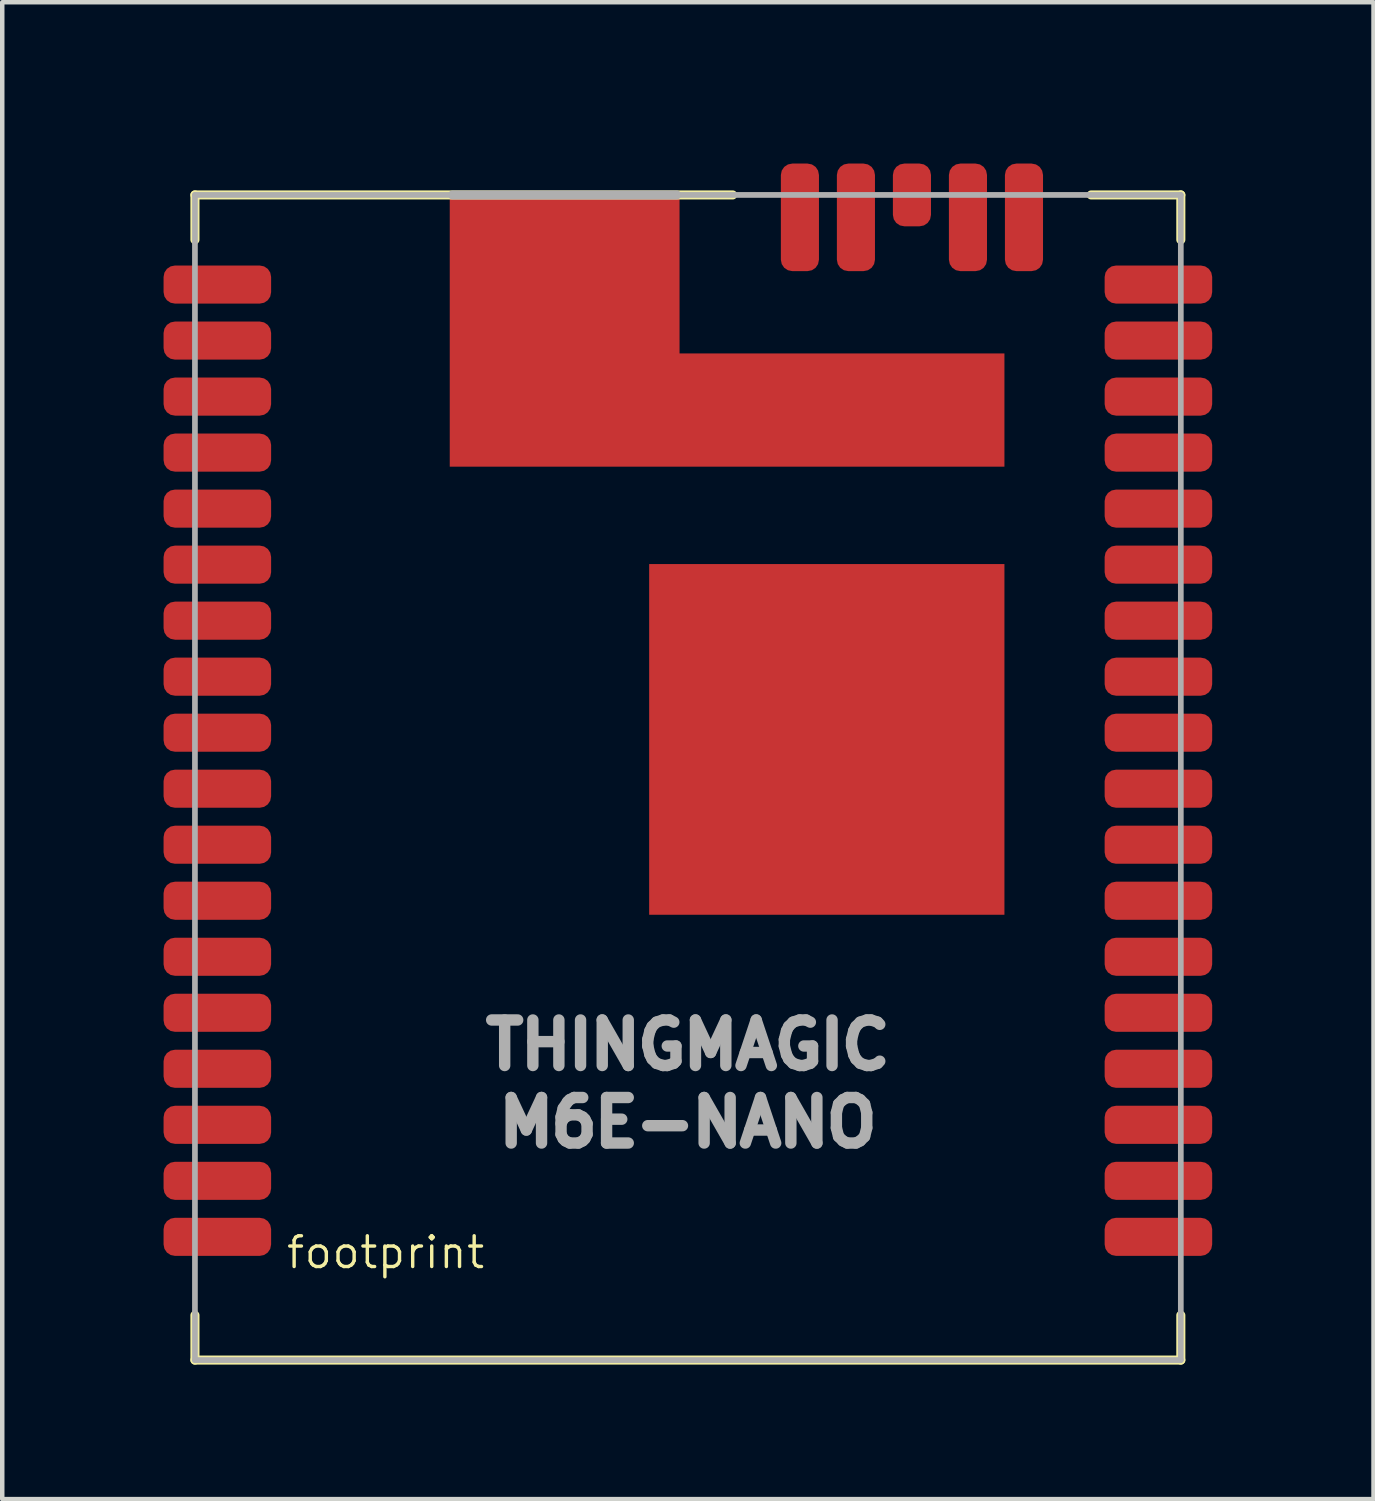
<source format=kicad_pcb>
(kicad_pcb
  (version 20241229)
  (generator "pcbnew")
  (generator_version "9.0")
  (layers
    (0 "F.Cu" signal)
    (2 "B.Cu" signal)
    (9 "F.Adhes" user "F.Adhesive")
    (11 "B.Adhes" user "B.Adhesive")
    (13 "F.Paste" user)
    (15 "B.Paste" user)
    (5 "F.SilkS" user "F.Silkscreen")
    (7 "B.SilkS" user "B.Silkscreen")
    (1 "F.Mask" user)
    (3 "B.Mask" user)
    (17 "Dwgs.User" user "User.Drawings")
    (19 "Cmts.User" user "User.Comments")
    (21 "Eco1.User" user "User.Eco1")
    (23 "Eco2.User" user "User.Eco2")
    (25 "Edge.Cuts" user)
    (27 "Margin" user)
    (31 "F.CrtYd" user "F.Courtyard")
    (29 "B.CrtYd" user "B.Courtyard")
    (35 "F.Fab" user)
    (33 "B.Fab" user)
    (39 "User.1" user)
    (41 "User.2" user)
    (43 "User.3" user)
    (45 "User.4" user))
  (footprint "footprint"
    (layer "F.Cu")
    (at 12.3 14.3)
    (property "Reference" "footprint" (at -9 11 0) (layer "F.SilkS") (effects (font (size 0.686 0.686) (thickness 0.076)) (justify left bottom)))
    (fp_poly (pts (xy 7.064 3.063) (xy -0.864 3.063) (xy -0.864 -4.763) (xy 7.064 -4.763)) (stroke (width 0) (type solid)) (fill yes) (layer "F.Cu"))
    (fp_poly (pts (xy -0.186 -9.463) (xy 7.064 -9.463) (xy 7.064 -6.936) (xy -5.314 -6.936) (xy -5.314 -13.063) (xy -0.186 -13.063)) (stroke (width 0) (type solid)) (fill yes) (layer "F.Cu"))
    (fp_poly (pts (xy -1 3.2) (xy 7.2 3.2) (xy 7.2 -4.9) (xy -1 -4.9)) (stroke (width 0) (type solid)) (fill yes) (layer "F.Mask"))
    (fp_poly (pts (xy -0.036 -9.664) (xy 7.163 -9.664) (xy 7.163 -6.837) (xy -5.463 -6.837) (xy -5.463 -13.264) (xy -0.036 -13.264)) (stroke (width 0) (type solid)) (fill yes) (layer "F.Mask"))
    (fp_line (start -11 -13) (end 1 -13) (stroke (width 0.203) (type solid)) (layer "F.SilkS"))
    (fp_line (start -11 -12) (end -11 -13) (stroke (width 0.203) (type solid)) (layer "F.SilkS"))
    (fp_line (start -11 13) (end -11 12) (stroke (width 0.203) (type solid)) (layer "F.SilkS"))
    (fp_line (start 9 -13) (end 11 -13) (stroke (width 0.203) (type solid)) (layer "F.SilkS"))
    (fp_line (start 11 -13) (end 11 -12) (stroke (width 0.203) (type solid)) (layer "F.SilkS"))
    (fp_line (start 11 12) (end 11 13) (stroke (width 0.203) (type solid)) (layer "F.SilkS"))
    (fp_line (start 11 13) (end -11 13) (stroke (width 0.203) (type solid)) (layer "F.SilkS"))
    (fp_poly (pts (xy -12.3 -10.575) (xy -11.375 -10.575) (xy -11.375 -11.425) (xy -12.3 -11.425)) (stroke (width 0) (type solid)) (fill yes) (layer "F.Paste"))
    (fp_poly (pts (xy -12.3 -9.325) (xy -11.375 -9.325) (xy -11.375 -10.175) (xy -12.3 -10.175)) (stroke (width 0) (type solid)) (fill yes) (layer "F.Paste"))
    (fp_poly (pts (xy -12.3 -8.075) (xy -11.375 -8.075) (xy -11.375 -8.925) (xy -12.3 -8.925)) (stroke (width 0) (type solid)) (fill yes) (layer "F.Paste"))
    (fp_poly (pts (xy -12.3 -6.825) (xy -11.375 -6.825) (xy -11.375 -7.675) (xy -12.3 -7.675)) (stroke (width 0) (type solid)) (fill yes) (layer "F.Paste"))
    (fp_poly (pts (xy -12.3 -5.575) (xy -11.375 -5.575) (xy -11.375 -6.425) (xy -12.3 -6.425)) (stroke (width 0) (type solid)) (fill yes) (layer "F.Paste"))
    (fp_poly (pts (xy -12.3 -4.325) (xy -11.375 -4.325) (xy -11.375 -5.175) (xy -12.3 -5.175)) (stroke (width 0) (type solid)) (fill yes) (layer "F.Paste"))
    (fp_poly (pts (xy -12.3 -3.075) (xy -11.375 -3.075) (xy -11.375 -3.925) (xy -12.3 -3.925)) (stroke (width 0) (type solid)) (fill yes) (layer "F.Paste"))
    (fp_poly (pts (xy -12.3 -1.825) (xy -11.375 -1.825) (xy -11.375 -2.675) (xy -12.3 -2.675)) (stroke (width 0) (type solid)) (fill yes) (layer "F.Paste"))
    (fp_poly (pts (xy -12.3 -0.575) (xy -11.375 -0.575) (xy -11.375 -1.425) (xy -12.3 -1.425)) (stroke (width 0) (type solid)) (fill yes) (layer "F.Paste"))
    (fp_poly (pts (xy -12.3 0.675) (xy -11.375 0.675) (xy -11.375 -0.175) (xy -12.3 -0.175)) (stroke (width 0) (type solid)) (fill yes) (layer "F.Paste"))
    (fp_poly (pts (xy -12.3 1.925) (xy -11.375 1.925) (xy -11.375 1.075) (xy -12.3 1.075)) (stroke (width 0) (type solid)) (fill yes) (layer "F.Paste"))
    (fp_poly (pts (xy -12.3 3.175) (xy -11.375 3.175) (xy -11.375 2.325) (xy -12.3 2.325)) (stroke (width 0) (type solid)) (fill yes) (layer "F.Paste"))
    (fp_poly (pts (xy -12.3 4.425) (xy -11.375 4.425) (xy -11.375 3.575) (xy -12.3 3.575)) (stroke (width 0) (type solid)) (fill yes) (layer "F.Paste"))
    (fp_poly (pts (xy -12.3 5.675) (xy -11.375 5.675) (xy -11.375 4.825) (xy -12.3 4.825)) (stroke (width 0) (type solid)) (fill yes) (layer "F.Paste"))
    (fp_poly (pts (xy -12.3 6.925) (xy -11.375 6.925) (xy -11.375 6.075) (xy -12.3 6.075)) (stroke (width 0) (type solid)) (fill yes) (layer "F.Paste"))
    (fp_poly (pts (xy -12.3 8.175) (xy -11.375 8.175) (xy -11.375 7.325) (xy -12.3 7.325)) (stroke (width 0) (type solid)) (fill yes) (layer "F.Paste"))
    (fp_poly (pts (xy -12.3 9.425) (xy -11.375 9.425) (xy -11.375 8.575) (xy -12.3 8.575)) (stroke (width 0) (type solid)) (fill yes) (layer "F.Paste"))
    (fp_poly (pts (xy -12.3 10.675) (xy -11.375 10.675) (xy -11.375 9.825) (xy -12.3 9.825)) (stroke (width 0) (type solid)) (fill yes) (layer "F.Paste"))
    (fp_poly (pts (xy -4 -11) (xy -1 -11) (xy -1 -12) (xy -4 -12)) (stroke (width 0) (type solid)) (fill yes) (layer "F.Paste"))
    (fp_poly (pts (xy -4 -8) (xy -1 -8) (xy -1 -9) (xy -4 -9)) (stroke (width 0) (type solid)) (fill yes) (layer "F.Paste"))
    (fp_poly (pts (xy 0 -3) (xy 1 -3) (xy 1 -4) (xy 0 -4)) (stroke (width 0) (type solid)) (fill yes) (layer "F.Paste"))
    (fp_poly (pts (xy 0 2) (xy 1 2) (xy 1 1) (xy 0 1)) (stroke (width 0) (type solid)) (fill yes) (layer "F.Paste"))
    (fp_poly (pts (xy 1 -7.8) (xy 6 -7.8) (xy 6 -8.8) (xy 1 -8.8)) (stroke (width 0) (type solid)) (fill yes) (layer "F.Paste"))
    (fp_poly (pts (xy 2 0) (xy 4 0) (xy 4 -2) (xy 2 -2)) (stroke (width 0) (type solid)) (fill yes) (layer "F.Paste"))
    (fp_poly (pts (xy 2.925 -13.375) (xy 2.925 -14.3) (xy 2.075 -14.3) (xy 2.075 -13.375)) (stroke (width 0) (type solid)) (fill yes) (layer "F.Paste"))
    (fp_poly (pts (xy 4.175 -13.375) (xy 4.175 -14.3) (xy 3.325 -14.3) (xy 3.325 -13.375)) (stroke (width 0) (type solid)) (fill yes) (layer "F.Paste"))
    (fp_poly (pts (xy 5 -3) (xy 6 -3) (xy 6 -4) (xy 5 -4)) (stroke (width 0) (type solid)) (fill yes) (layer "F.Paste"))
    (fp_poly (pts (xy 5 2) (xy 6 2) (xy 6 1) (xy 5 1)) (stroke (width 0) (type solid)) (fill yes) (layer "F.Paste"))
    (fp_poly (pts (xy 5.425 -13.375) (xy 5.425 -14.3) (xy 4.575 -14.3) (xy 4.575 -13.375)) (stroke (width 0) (type solid)) (fill yes) (layer "F.Paste"))
    (fp_poly (pts (xy 6.675 -13.375) (xy 6.675 -14.3) (xy 5.825 -14.3) (xy 5.825 -13.375)) (stroke (width 0) (type solid)) (fill yes) (layer "F.Paste"))
    (fp_poly (pts (xy 7.925 -13.375) (xy 7.925 -14.3) (xy 7.075 -14.3) (xy 7.075 -13.375)) (stroke (width 0) (type solid)) (fill yes) (layer "F.Paste"))
    (fp_poly (pts (xy 12.3 -11.425) (xy 11.375 -11.425) (xy 11.375 -10.575) (xy 12.3 -10.575)) (stroke (width 0) (type solid)) (fill yes) (layer "F.Paste"))
    (fp_poly (pts (xy 12.3 -10.175) (xy 11.375 -10.175) (xy 11.375 -9.325) (xy 12.3 -9.325)) (stroke (width 0) (type solid)) (fill yes) (layer "F.Paste"))
    (fp_poly (pts (xy 12.3 -8.925) (xy 11.375 -8.925) (xy 11.375 -8.075) (xy 12.3 -8.075)) (stroke (width 0) (type solid)) (fill yes) (layer "F.Paste"))
    (fp_poly (pts (xy 12.3 -7.675) (xy 11.375 -7.675) (xy 11.375 -6.825) (xy 12.3 -6.825)) (stroke (width 0) (type solid)) (fill yes) (layer "F.Paste"))
    (fp_poly (pts (xy 12.3 -6.425) (xy 11.375 -6.425) (xy 11.375 -5.575) (xy 12.3 -5.575)) (stroke (width 0) (type solid)) (fill yes) (layer "F.Paste"))
    (fp_poly (pts (xy 12.3 -5.175) (xy 11.375 -5.175) (xy 11.375 -4.325) (xy 12.3 -4.325)) (stroke (width 0) (type solid)) (fill yes) (layer "F.Paste"))
    (fp_poly (pts (xy 12.3 -3.925) (xy 11.375 -3.925) (xy 11.375 -3.075) (xy 12.3 -3.075)) (stroke (width 0) (type solid)) (fill yes) (layer "F.Paste"))
    (fp_poly (pts (xy 12.3 -2.675) (xy 11.375 -2.675) (xy 11.375 -1.825) (xy 12.3 -1.825)) (stroke (width 0) (type solid)) (fill yes) (layer "F.Paste"))
    (fp_poly (pts (xy 12.3 -1.425) (xy 11.375 -1.425) (xy 11.375 -0.575) (xy 12.3 -0.575)) (stroke (width 0) (type solid)) (fill yes) (layer "F.Paste"))
    (fp_poly (pts (xy 12.3 -0.175) (xy 11.375 -0.175) (xy 11.375 0.675) (xy 12.3 0.675)) (stroke (width 0) (type solid)) (fill yes) (layer "F.Paste"))
    (fp_poly (pts (xy 12.3 1.075) (xy 11.375 1.075) (xy 11.375 1.925) (xy 12.3 1.925)) (stroke (width 0) (type solid)) (fill yes) (layer "F.Paste"))
    (fp_poly (pts (xy 12.3 2.325) (xy 11.375 2.325) (xy 11.375 3.175) (xy 12.3 3.175)) (stroke (width 0) (type solid)) (fill yes) (layer "F.Paste"))
    (fp_poly (pts (xy 12.3 3.575) (xy 11.375 3.575) (xy 11.375 4.425) (xy 12.3 4.425)) (stroke (width 0) (type solid)) (fill yes) (layer "F.Paste"))
    (fp_poly (pts (xy 12.3 4.825) (xy 11.375 4.825) (xy 11.375 5.675) (xy 12.3 5.675)) (stroke (width 0) (type solid)) (fill yes) (layer "F.Paste"))
    (fp_poly (pts (xy 12.3 6.075) (xy 11.375 6.075) (xy 11.375 6.925) (xy 12.3 6.925)) (stroke (width 0) (type solid)) (fill yes) (layer "F.Paste"))
    (fp_poly (pts (xy 12.3 7.325) (xy 11.375 7.325) (xy 11.375 8.175) (xy 12.3 8.175)) (stroke (width 0) (type solid)) (fill yes) (layer "F.Paste"))
    (fp_poly (pts (xy 12.3 8.575) (xy 11.375 8.575) (xy 11.375 9.425) (xy 12.3 9.425)) (stroke (width 0) (type solid)) (fill yes) (layer "F.Paste"))
    (fp_poly (pts (xy 12.3 9.825) (xy 11.375 9.825) (xy 11.375 10.675) (xy 12.3 10.675)) (stroke (width 0) (type solid)) (fill yes) (layer "F.Paste"))
    (fp_line (start -11 -13) (end -5.25 -13) (stroke (width 0.127) (type solid)) (layer "F.Fab"))
    (fp_line (start -11 13) (end -11 -13) (stroke (width 0.127) (type solid)) (layer "F.Fab"))
    (fp_line (start -5.25 -13) (end -0.25 -13) (stroke (width 0.203) (type solid)) (layer "F.Fab"))
    (fp_line (start -0.25 -13) (end 11 -13) (stroke (width 0.127) (type solid)) (layer "F.Fab"))
    (fp_line (start 11 -13) (end 11 13) (stroke (width 0.127) (type solid)) (layer "F.Fab"))
    (fp_line (start 11 13) (end -11 13) (stroke (width 0.127) (type solid)) (layer "F.Fab"))
    (fp_text user "THINGMAGIC" (at 0 5.97 0) (layer "F.Fab") (effects (font (size 1.016 1.016) (thickness 0.254))))
    (fp_text user "M6E-NANO" (at 0 7.7 0) (layer "F.Fab") (effects (font (size 1.016 1.016) (thickness 0.254))))
    (pad "1" smd roundrect (at -10.5 -11) (size 2.4 0.85) (layers "F.Cu" "F.Mask" "F.Paste") (roundrect_rratio 0.3))
    (pad "2" smd roundrect (at -10.5 -9.75) (size 2.4 0.85) (layers "F.Cu" "F.Mask" "F.Paste") (roundrect_rratio 0.3))
    (pad "3" smd roundrect (at -10.5 -8.5) (size 2.4 0.85) (layers "F.Cu" "F.Mask" "F.Paste") (roundrect_rratio 0.3))
    (pad "4" smd roundrect (at -10.5 -7.25) (size 2.4 0.85) (layers "F.Cu" "F.Mask" "F.Paste") (roundrect_rratio 0.3))
    (pad "5" smd roundrect (at -10.5 -6) (size 2.4 0.85) (layers "F.Cu" "F.Mask" "F.Paste") (roundrect_rratio 0.3))
    (pad "6" smd roundrect (at -10.5 -4.75) (size 2.4 0.85) (layers "F.Cu" "F.Mask" "F.Paste") (roundrect_rratio 0.3))
    (pad "7" smd roundrect (at -10.5 -3.5) (size 2.4 0.85) (layers "F.Cu" "F.Mask" "F.Paste") (roundrect_rratio 0.3))
    (pad "8" smd roundrect (at -10.5 -2.25) (size 2.4 0.85) (layers "F.Cu" "F.Mask" "F.Paste") (roundrect_rratio 0.3))
    (pad "9" smd roundrect (at -10.5 -1) (size 2.4 0.85) (layers "F.Cu" "F.Mask" "F.Paste") (roundrect_rratio 0.3))
    (pad "10" smd roundrect (at -10.5 0.25) (size 2.4 0.85) (layers "F.Cu" "F.Mask" "F.Paste") (roundrect_rratio 0.3))
    (pad "11" smd roundrect (at -10.5 1.5) (size 2.4 0.85) (layers "F.Cu" "F.Mask" "F.Paste") (roundrect_rratio 0.3))
    (pad "12" smd roundrect (at -10.5 2.75) (size 2.4 0.85) (layers "F.Cu" "F.Mask" "F.Paste") (roundrect_rratio 0.3))
    (pad "13" smd roundrect (at -10.5 4) (size 2.4 0.85) (layers "F.Cu" "F.Mask" "F.Paste") (roundrect_rratio 0.3))
    (pad "14" smd roundrect (at -10.5 5.25) (size 2.4 0.85) (layers "F.Cu" "F.Mask" "F.Paste") (roundrect_rratio 0.3))
    (pad "15" smd roundrect (at -10.5 6.5) (size 2.4 0.85) (layers "F.Cu" "F.Mask" "F.Paste") (roundrect_rratio 0.3))
    (pad "16" smd roundrect (at -10.5 7.75) (size 2.4 0.85) (layers "F.Cu" "F.Mask" "F.Paste") (roundrect_rratio 0.3))
    (pad "17" smd roundrect (at -10.5 9) (size 2.4 0.85) (layers "F.Cu" "F.Mask" "F.Paste") (roundrect_rratio 0.3))
    (pad "18" smd roundrect (at -10.5 10.25) (size 2.4 0.85) (layers "F.Cu" "F.Mask" "F.Paste") (roundrect_rratio 0.3))
    (pad "19" smd roundrect (at 10.5 10.25 180) (size 2.4 0.85) (layers "F.Cu" "F.Mask" "F.Paste") (roundrect_rratio 0.3))
    (pad "20" smd roundrect (at 10.5 9 180) (size 2.4 0.85) (layers "F.Cu" "F.Mask" "F.Paste") (roundrect_rratio 0.3))
    (pad "21" smd roundrect (at 10.5 7.75 180) (size 2.4 0.85) (layers "F.Cu" "F.Mask" "F.Paste") (roundrect_rratio 0.3))
    (pad "22" smd roundrect (at 10.5 6.5 180) (size 2.4 0.85) (layers "F.Cu" "F.Mask" "F.Paste") (roundrect_rratio 0.3))
    (pad "23" smd roundrect (at 10.5 5.25 180) (size 2.4 0.85) (layers "F.Cu" "F.Mask" "F.Paste") (roundrect_rratio 0.3))
    (pad "24" smd roundrect (at 10.5 4 180) (size 2.4 0.85) (layers "F.Cu" "F.Mask" "F.Paste") (roundrect_rratio 0.3))
    (pad "25" smd roundrect (at 10.5 2.75 180) (size 2.4 0.85) (layers "F.Cu" "F.Mask" "F.Paste") (roundrect_rratio 0.3))
    (pad "26" smd roundrect (at 10.5 1.5 180) (size 2.4 0.85) (layers "F.Cu" "F.Mask" "F.Paste") (roundrect_rratio 0.3))
    (pad "27" smd roundrect (at 10.5 0.25 180) (size 2.4 0.85) (layers "F.Cu" "F.Mask" "F.Paste") (roundrect_rratio 0.3))
    (pad "28" smd roundrect (at 10.5 -1 180) (size 2.4 0.85) (layers "F.Cu" "F.Mask" "F.Paste") (roundrect_rratio 0.3))
    (pad "29" smd roundrect (at 10.5 -2.25 180) (size 2.4 0.85) (layers "F.Cu" "F.Mask" "F.Paste") (roundrect_rratio 0.3))
    (pad "30" smd roundrect (at 10.5 -3.5 180) (size 2.4 0.85) (layers "F.Cu" "F.Mask" "F.Paste") (roundrect_rratio 0.3))
    (pad "31" smd roundrect (at 10.5 -4.75 180) (size 2.4 0.85) (layers "F.Cu" "F.Mask" "F.Paste") (roundrect_rratio 0.3))
    (pad "32" smd roundrect (at 10.5 -6 180) (size 2.4 0.85) (layers "F.Cu" "F.Mask" "F.Paste") (roundrect_rratio 0.3))
    (pad "33" smd roundrect (at 10.5 -7.25 180) (size 2.4 0.85) (layers "F.Cu" "F.Mask" "F.Paste") (roundrect_rratio 0.3))
    (pad "34" smd roundrect (at 10.5 -8.5 180) (size 2.4 0.85) (layers "F.Cu" "F.Mask" "F.Paste") (roundrect_rratio 0.3))
    (pad "35" smd roundrect (at 10.5 -9.75 180) (size 2.4 0.85) (layers "F.Cu" "F.Mask" "F.Paste") (roundrect_rratio 0.3))
    (pad "36" smd roundrect (at 10.5 -11 180) (size 2.4 0.85) (layers "F.Cu" "F.Mask" "F.Paste") (roundrect_rratio 0.3))
    (pad "37" smd roundrect (at 7.5 -12.5 270) (size 2.4 0.85) (layers "F.Cu" "F.Mask" "F.Paste") (roundrect_rratio 0.3))
    (pad "38" smd roundrect (at 6.25 -12.5 270) (size 2.4 0.85) (layers "F.Cu" "F.Mask" "F.Paste") (roundrect_rratio 0.3))
    (pad "39" smd roundrect (at 5 -13 270) (size 1.4 0.85) (layers "F.Cu" "F.Mask" "F.Paste") (roundrect_rratio 0.3))
    (pad "40" smd roundrect (at 3.75 -12.5 270) (size 2.4 0.85) (layers "F.Cu" "F.Mask" "F.Paste") (roundrect_rratio 0.3))
    (pad "41" smd roundrect (at 2.5 -12.5 270) (size 2.4 0.85) (layers "F.Cu" "F.Mask" "F.Paste") (roundrect_rratio 0.3))
    (pad "GND_PAD1" smd rect (at 3.1 -0.9) (size 5 5) (layers "F.Cu"))
    (pad "GND_PAD2" smd rect (at -2.6 -10) (size 4 4) (layers "F.Cu"))
    (zone (net_name "") (layer "F.Cu") (hatch edge 0.508) (connect_pads) (min_thickness 0.254) (filled_areas_thickness no) (keepout (tracks not_allowed) (vias not_allowed) (pads not_allowed) (copperpour not_allowed) (footprints allowed)) (placement (enabled no)) (fill) (polygon (pts (xy 3.3 26.365) (xy 21.3 26.365) (xy 21.3 4.14) (xy 3.3 4.14)))))
  (gr_rect
    (start -3 -3)
    (end 27.6 30.402)
    (stroke (width 0.1) (type default))
    (fill no)
    (layer "Edge.Cuts")))
</source>
